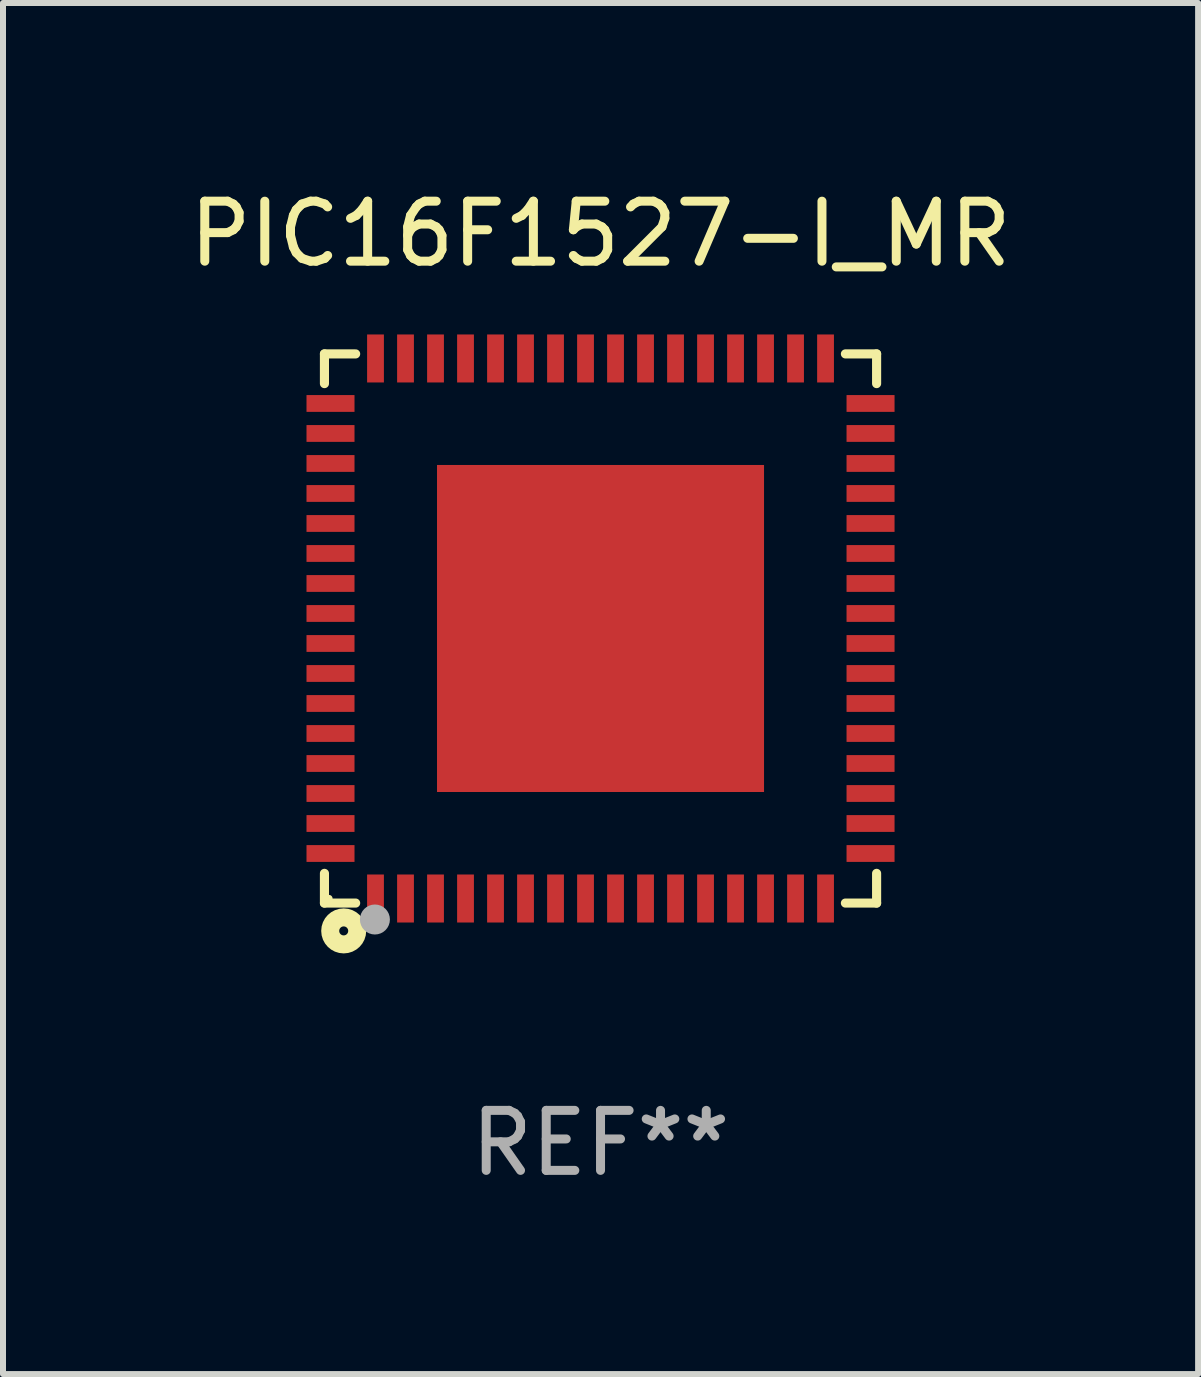
<source format=kicad_pcb>
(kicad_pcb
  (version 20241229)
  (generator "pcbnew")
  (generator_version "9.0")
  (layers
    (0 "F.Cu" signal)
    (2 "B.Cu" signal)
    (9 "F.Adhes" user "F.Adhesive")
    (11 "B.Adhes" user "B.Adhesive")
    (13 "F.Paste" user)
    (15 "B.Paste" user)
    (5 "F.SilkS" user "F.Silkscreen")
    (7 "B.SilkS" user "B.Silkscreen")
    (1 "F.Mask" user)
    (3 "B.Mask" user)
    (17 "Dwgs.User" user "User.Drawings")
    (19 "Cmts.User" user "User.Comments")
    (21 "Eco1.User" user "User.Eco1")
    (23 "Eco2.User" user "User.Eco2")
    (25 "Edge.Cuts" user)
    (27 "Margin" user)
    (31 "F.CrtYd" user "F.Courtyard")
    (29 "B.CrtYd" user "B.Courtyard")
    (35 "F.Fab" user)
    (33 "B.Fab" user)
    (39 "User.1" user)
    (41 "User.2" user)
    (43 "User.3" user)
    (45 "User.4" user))
  (footprint "PIC16F1527-I_MR"
    (layer "F.Cu")
    (at 6.958 7.424)
    (property "Reference" "PIC16F1527-I_MR" (at 0 -6.576 0) (layer "F.SilkS") (effects (font (size 1 1) (thickness 0.15))))
    (attr through_hole)
    (fp_line (start -4.601 -4.576) (end -4.081 -4.576) (stroke (width 0.152) (type solid)) (layer "F.SilkS"))
    (fp_line (start -4.601 -4.081) (end -4.601 -4.576) (stroke (width 0.152) (type solid)) (layer "F.SilkS"))
    (fp_line (start -4.601 4.081) (end -4.601 4.576) (stroke (width 0.152) (type solid)) (layer "F.SilkS"))
    (fp_line (start -4.601 4.576) (end -4.081 4.576) (stroke (width 0.152) (type solid)) (layer "F.SilkS"))
    (fp_line (start 4.601 -4.576) (end 4.081 -4.576) (stroke (width 0.152) (type solid)) (layer "F.SilkS"))
    (fp_line (start 4.601 -4.081) (end 4.601 -4.576) (stroke (width 0.152) (type solid)) (layer "F.SilkS"))
    (fp_line (start 4.601 4.081) (end 4.601 4.576) (stroke (width 0.152) (type solid)) (layer "F.SilkS"))
    (fp_line (start 4.601 4.576) (end 4.081 4.576) (stroke (width 0.152) (type solid)) (layer "F.SilkS"))
    (fp_circle (center -4.525 4.5) (end -4.495 4.5) (stroke (width 0.06) (type solid)) (fill no) (layer "F.SilkS"))
    (fp_circle (center -4.28 5.04) (end -4.205 5.04) (stroke (width 0.3) (type solid)) (fill no) (layer "F.SilkS"))
    (fp_circle (center -3.76 4.85) (end -3.635 4.85) (stroke (width 0.25) (type solid)) (fill no) (layer "F.Fab"))
    (fp_text user "REF**" (at 0 8.576 0) (layer "F.Fab") (effects (font (size 1 1) (thickness 0.15))))
    (pad "1" smd rect (at -3.75 4.5) (size 0.28 0.8) (layers "F.Cu" "F.Mask" "F.Paste"))
    (pad "2" smd rect (at -3.25 4.5) (size 0.28 0.8) (layers "F.Cu" "F.Mask" "F.Paste"))
    (pad "3" smd rect (at -2.75 4.5) (size 0.28 0.8) (layers "F.Cu" "F.Mask" "F.Paste"))
    (pad "4" smd rect (at -2.25 4.5) (size 0.28 0.8) (layers "F.Cu" "F.Mask" "F.Paste"))
    (pad "5" smd rect (at -1.75 4.5) (size 0.28 0.8) (layers "F.Cu" "F.Mask" "F.Paste"))
    (pad "6" smd rect (at -1.25 4.5) (size 0.28 0.8) (layers "F.Cu" "F.Mask" "F.Paste"))
    (pad "7" smd rect (at -0.75 4.5) (size 0.28 0.8) (layers "F.Cu" "F.Mask" "F.Paste"))
    (pad "8" smd rect (at -0.25 4.5) (size 0.28 0.8) (layers "F.Cu" "F.Mask" "F.Paste"))
    (pad "9" smd rect (at 0.25 4.5) (size 0.28 0.8) (layers "F.Cu" "F.Mask" "F.Paste"))
    (pad "10" smd rect (at 0.75 4.5) (size 0.28 0.8) (layers "F.Cu" "F.Mask" "F.Paste"))
    (pad "11" smd rect (at 1.25 4.5) (size 0.28 0.8) (layers "F.Cu" "F.Mask" "F.Paste"))
    (pad "12" smd rect (at 1.75 4.5) (size 0.28 0.8) (layers "F.Cu" "F.Mask" "F.Paste"))
    (pad "13" smd rect (at 2.25 4.5) (size 0.28 0.8) (layers "F.Cu" "F.Mask" "F.Paste"))
    (pad "14" smd rect (at 2.75 4.5) (size 0.28 0.8) (layers "F.Cu" "F.Mask" "F.Paste"))
    (pad "15" smd rect (at 3.25 4.5) (size 0.28 0.8) (layers "F.Cu" "F.Mask" "F.Paste"))
    (pad "16" smd rect (at 3.75 4.5) (size 0.28 0.8) (layers "F.Cu" "F.Mask" "F.Paste"))
    (pad "17" smd rect (at 4.5 3.75) (size 0.8 0.28) (layers "F.Cu" "F.Mask" "F.Paste"))
    (pad "18" smd rect (at 4.5 3.25) (size 0.8 0.28) (layers "F.Cu" "F.Mask" "F.Paste"))
    (pad "19" smd rect (at 4.5 2.75) (size 0.8 0.28) (layers "F.Cu" "F.Mask" "F.Paste"))
    (pad "20" smd rect (at 4.5 2.25) (size 0.8 0.28) (layers "F.Cu" "F.Mask" "F.Paste"))
    (pad "21" smd rect (at 4.5 1.75) (size 0.8 0.28) (layers "F.Cu" "F.Mask" "F.Paste"))
    (pad "22" smd rect (at 4.5 1.25) (size 0.8 0.28) (layers "F.Cu" "F.Mask" "F.Paste"))
    (pad "23" smd rect (at 4.5 0.75) (size 0.8 0.28) (layers "F.Cu" "F.Mask" "F.Paste"))
    (pad "24" smd rect (at 4.5 0.25) (size 0.8 0.28) (layers "F.Cu" "F.Mask" "F.Paste"))
    (pad "25" smd rect (at 4.5 -0.25) (size 0.8 0.28) (layers "F.Cu" "F.Mask" "F.Paste"))
    (pad "26" smd rect (at 4.5 -0.75) (size 0.8 0.28) (layers "F.Cu" "F.Mask" "F.Paste"))
    (pad "27" smd rect (at 4.5 -1.25) (size 0.8 0.28) (layers "F.Cu" "F.Mask" "F.Paste"))
    (pad "28" smd rect (at 4.5 -1.75) (size 0.8 0.28) (layers "F.Cu" "F.Mask" "F.Paste"))
    (pad "29" smd rect (at 4.5 -2.25) (size 0.8 0.28) (layers "F.Cu" "F.Mask" "F.Paste"))
    (pad "30" smd rect (at 4.5 -2.75) (size 0.8 0.28) (layers "F.Cu" "F.Mask" "F.Paste"))
    (pad "31" smd rect (at 4.5 -3.25) (size 0.8 0.28) (layers "F.Cu" "F.Mask" "F.Paste"))
    (pad "32" smd rect (at 4.5 -3.75) (size 0.8 0.28) (layers "F.Cu" "F.Mask" "F.Paste"))
    (pad "33" smd rect (at 3.75 -4.5) (size 0.28 0.8) (layers "F.Cu" "F.Mask" "F.Paste"))
    (pad "34" smd rect (at 3.25 -4.5) (size 0.28 0.8) (layers "F.Cu" "F.Mask" "F.Paste"))
    (pad "35" smd rect (at 2.75 -4.5) (size 0.28 0.8) (layers "F.Cu" "F.Mask" "F.Paste"))
    (pad "36" smd rect (at 2.25 -4.5) (size 0.28 0.8) (layers "F.Cu" "F.Mask" "F.Paste"))
    (pad "37" smd rect (at 1.75 -4.5) (size 0.28 0.8) (layers "F.Cu" "F.Mask" "F.Paste"))
    (pad "38" smd rect (at 1.25 -4.5) (size 0.28 0.8) (layers "F.Cu" "F.Mask" "F.Paste"))
    (pad "39" smd rect (at 0.75 -4.5) (size 0.28 0.8) (layers "F.Cu" "F.Mask" "F.Paste"))
    (pad "40" smd rect (at 0.25 -4.5) (size 0.28 0.8) (layers "F.Cu" "F.Mask" "F.Paste"))
    (pad "41" smd rect (at -0.25 -4.5) (size 0.28 0.8) (layers "F.Cu" "F.Mask" "F.Paste"))
    (pad "42" smd rect (at -0.75 -4.5) (size 0.28 0.8) (layers "F.Cu" "F.Mask" "F.Paste"))
    (pad "43" smd rect (at -1.25 -4.5) (size 0.28 0.8) (layers "F.Cu" "F.Mask" "F.Paste"))
    (pad "44" smd rect (at -1.75 -4.5) (size 0.28 0.8) (layers "F.Cu" "F.Mask" "F.Paste"))
    (pad "45" smd rect (at -2.25 -4.5) (size 0.28 0.8) (layers "F.Cu" "F.Mask" "F.Paste"))
    (pad "46" smd rect (at -2.75 -4.5) (size 0.28 0.8) (layers "F.Cu" "F.Mask" "F.Paste"))
    (pad "47" smd rect (at -3.25 -4.5) (size 0.28 0.8) (layers "F.Cu" "F.Mask" "F.Paste"))
    (pad "48" smd rect (at -3.75 -4.5) (size 0.28 0.8) (layers "F.Cu" "F.Mask" "F.Paste"))
    (pad "49" smd rect (at -4.5 -3.75) (size 0.8 0.28) (layers "F.Cu" "F.Mask" "F.Paste"))
    (pad "50" smd rect (at -4.5 -3.25) (size 0.8 0.28) (layers "F.Cu" "F.Mask" "F.Paste"))
    (pad "51" smd rect (at -4.5 -2.75) (size 0.8 0.28) (layers "F.Cu" "F.Mask" "F.Paste"))
    (pad "52" smd rect (at -4.5 -2.25) (size 0.8 0.28) (layers "F.Cu" "F.Mask" "F.Paste"))
    (pad "53" smd rect (at -4.5 -1.75) (size 0.8 0.28) (layers "F.Cu" "F.Mask" "F.Paste"))
    (pad "54" smd rect (at -4.5 -1.25) (size 0.8 0.28) (layers "F.Cu" "F.Mask" "F.Paste"))
    (pad "55" smd rect (at -4.5 -0.75) (size 0.8 0.28) (layers "F.Cu" "F.Mask" "F.Paste"))
    (pad "56" smd rect (at -4.5 -0.25) (size 0.8 0.28) (layers "F.Cu" "F.Mask" "F.Paste"))
    (pad "57" smd rect (at -4.5 0.25) (size 0.8 0.28) (layers "F.Cu" "F.Mask" "F.Paste"))
    (pad "58" smd rect (at -4.5 0.75) (size 0.8 0.28) (layers "F.Cu" "F.Mask" "F.Paste"))
    (pad "59" smd rect (at -4.5 1.25) (size 0.8 0.28) (layers "F.Cu" "F.Mask" "F.Paste"))
    (pad "60" smd rect (at -4.5 1.75) (size 0.8 0.28) (layers "F.Cu" "F.Mask" "F.Paste"))
    (pad "61" smd rect (at -4.5 2.25) (size 0.8 0.28) (layers "F.Cu" "F.Mask" "F.Paste"))
    (pad "62" smd rect (at -4.5 2.75) (size 0.8 0.28) (layers "F.Cu" "F.Mask" "F.Paste"))
    (pad "63" smd rect (at -4.5 3.25) (size 0.8 0.28) (layers "F.Cu" "F.Mask" "F.Paste"))
    (pad "64" smd rect (at -4.5 3.75) (size 0.8 0.28) (layers "F.Cu" "F.Mask" "F.Paste"))
    (pad "65" smd rect (at 0 0) (size 5.45 5.45) (layers "F.Cu" "F.Mask" "F.Paste")))
  (gr_rect
    (start -3 -3)
    (end 16.917 19.849)
    (stroke (width 0.1) (type default))
    (fill no)
    (layer "Edge.Cuts")))
</source>
